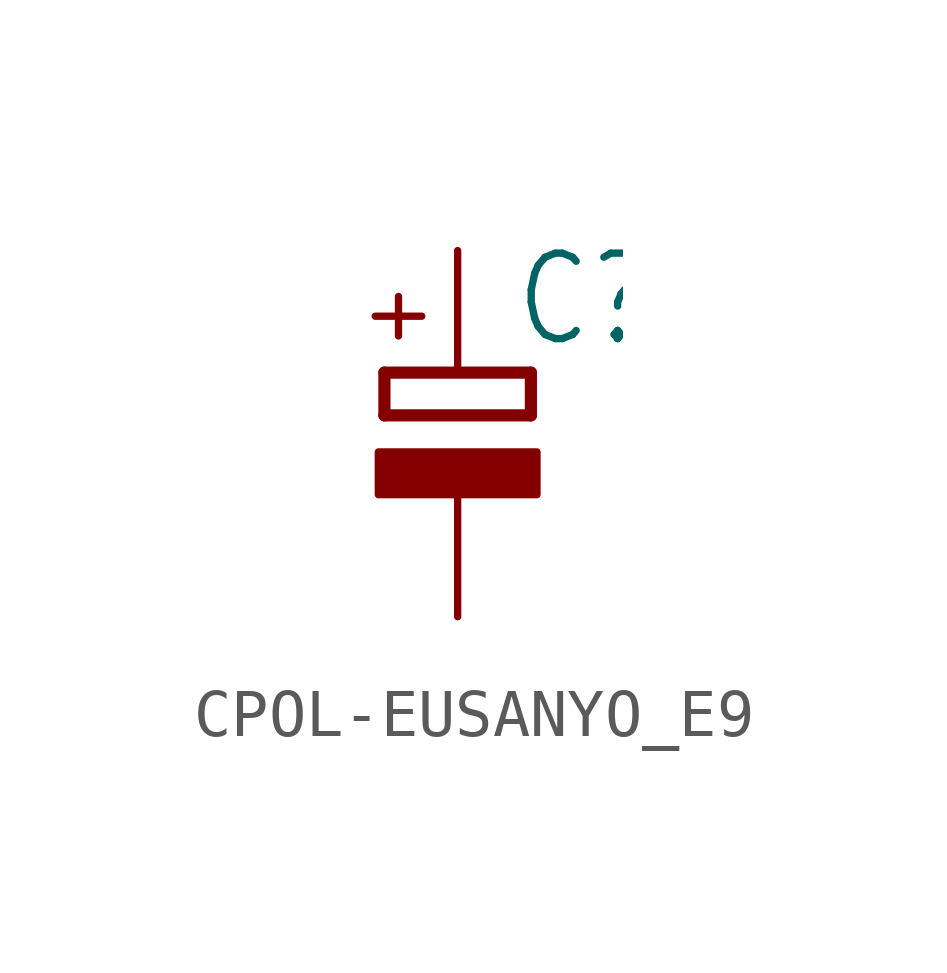
<source format=kicad_sym>
(kicad_symbol_lib
  (version 20241209)
  (generator "kicad_symbol_editor")
  (generator_version "9.0")
  (symbol "CPOL-EUSANYO_E9"
    (property "Reference" "C"
      (at 1.143 0.483 0)
      (effects (font (size 1.778 1.511)) (justify left bottom)))
    (property "Value" ""
      (at 1.143 -4.597 0)
      (effects (font (size 1.778 1.511)) (justify left bottom)))
    (property "ki_locked" ""
      (at 0 0 0)
      (effects (font (size 1.27 1.27))))
    (symbol "CPOL-EUSANYO_E9_1_0"
      (rectangle (start -1.651 -2.54) (end 1.651 -1.651) (stroke (width 0) (type default)) (fill (type outline)))
      (polyline (pts (xy -1.524 0) (xy -1.524 -0.889)) (stroke (width 0.254) (type solid)) (fill (type none)))
      (polyline (pts (xy -1.524 0) (xy 1.524 0)) (stroke (width 0.254) (type solid)) (fill (type none)))
      (polyline (pts (xy -1.524 -0.889) (xy 1.524 -0.889)) (stroke (width 0.254) (type solid)) (fill (type none)))
      (polyline (pts (xy 1.524 -0.889) (xy 1.524 0)) (stroke (width 0.254) (type solid)) (fill (type none)))
      (text "+" (at -0.584 0.406 900) (effects (font (size 1.27 1.079)) (justify left bottom)))
      (pin passive line (at 0 2.54 270) (length 2.54) (name "+" (effects (font (size 0 0)))) (number "+" (effects (font (size 0 0)))))
      (pin passive line (at 0 -5.08 90) (length 2.54) (name "-" (effects (font (size 0 0)))) (number "-" (effects (font (size 0 0))))))))
</source>
